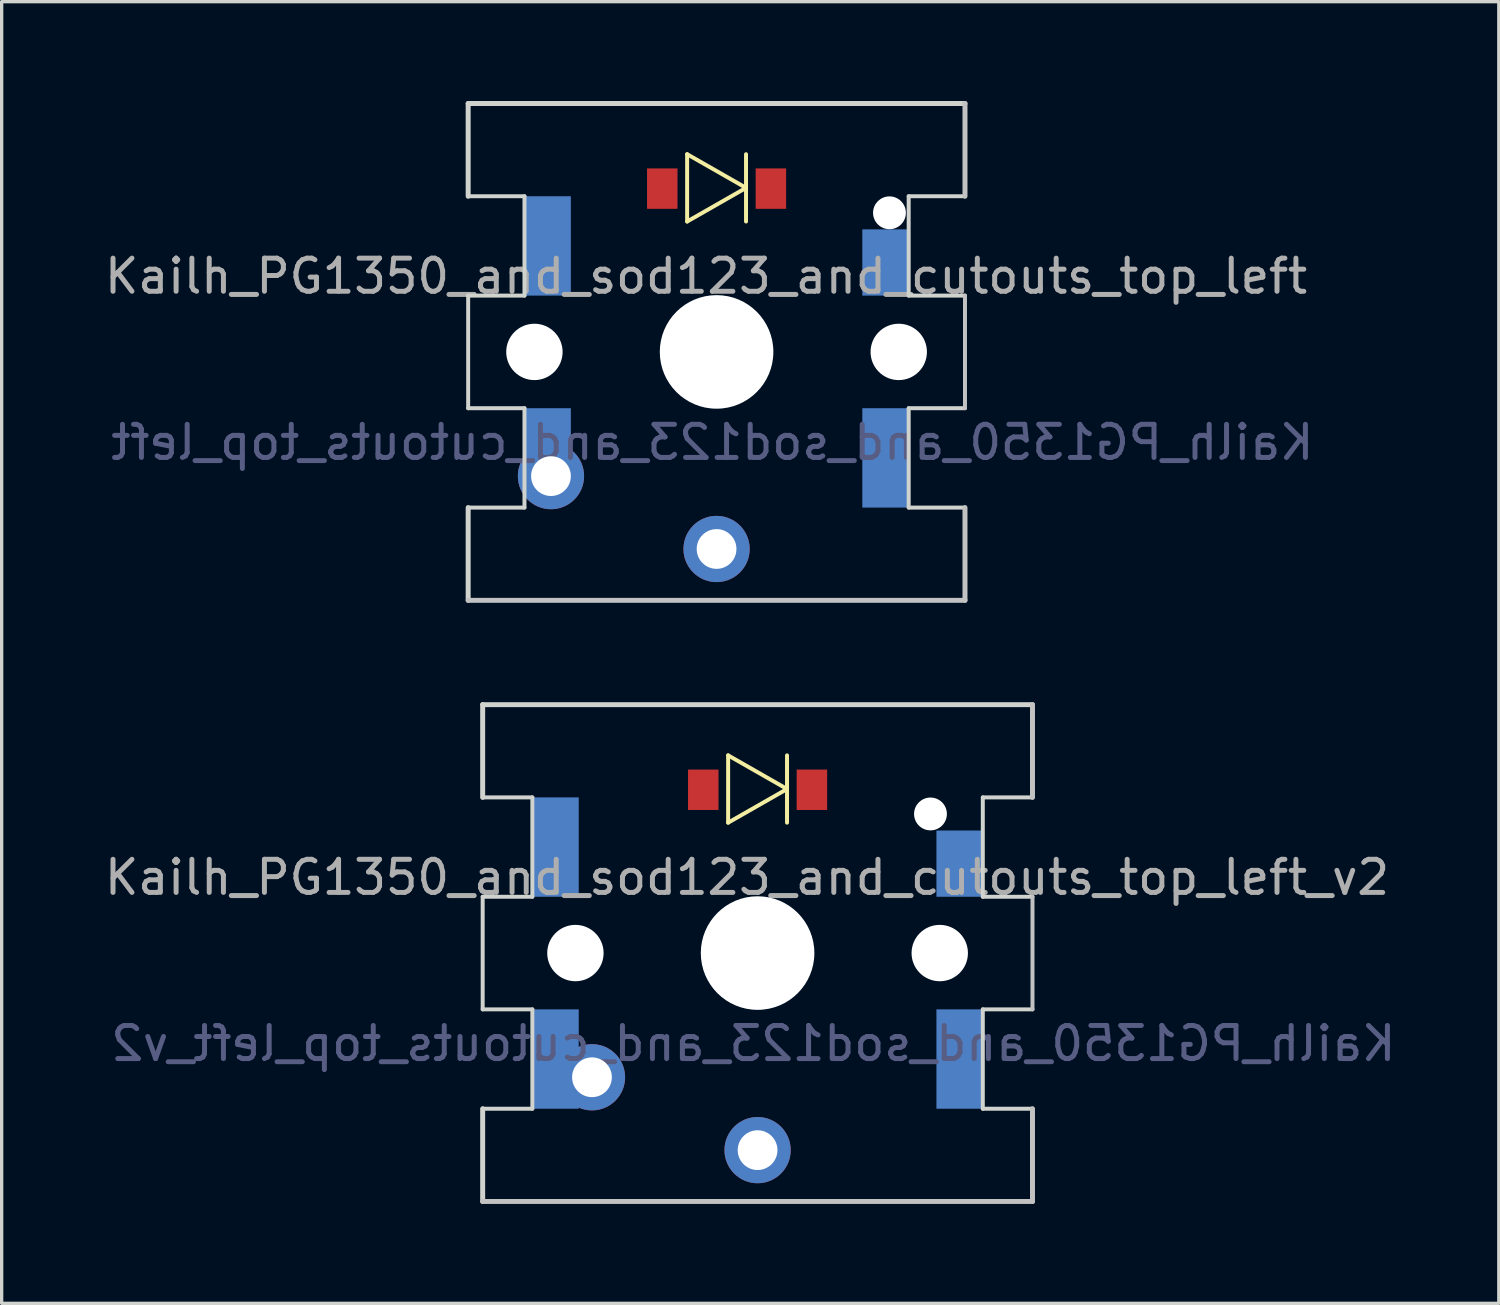
<source format=kicad_pcb>
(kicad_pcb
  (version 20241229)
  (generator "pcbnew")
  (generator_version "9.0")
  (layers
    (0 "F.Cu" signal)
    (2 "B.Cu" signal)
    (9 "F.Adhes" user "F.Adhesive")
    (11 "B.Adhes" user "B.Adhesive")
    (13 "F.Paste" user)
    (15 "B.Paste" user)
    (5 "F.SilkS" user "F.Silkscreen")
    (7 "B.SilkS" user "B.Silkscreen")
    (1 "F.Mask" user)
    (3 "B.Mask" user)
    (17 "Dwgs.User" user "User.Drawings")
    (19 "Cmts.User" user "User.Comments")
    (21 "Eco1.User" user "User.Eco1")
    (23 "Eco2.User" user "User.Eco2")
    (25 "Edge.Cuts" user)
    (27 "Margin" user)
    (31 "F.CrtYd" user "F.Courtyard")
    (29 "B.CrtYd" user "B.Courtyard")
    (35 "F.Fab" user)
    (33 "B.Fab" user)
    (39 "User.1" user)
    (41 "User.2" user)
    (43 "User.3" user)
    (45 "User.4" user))
  (footprint "Kailh_PG1350_and_sod123_and_cutouts_top_left"
    (layer "F.Cu")
    (at 18.585 7.575)
    (property "Reference" "Kailh_PG1350_and_sod123_and_cutouts_top_left" (at -0.318 -2.286 0) (layer "F.Fab") (effects (font (size 1 1) (thickness 0.15))))
    (attr smd)
    (fp_line (start -0.889 -5.969) (end -0.889 -3.937) (stroke (width 0.12) (type solid)) (layer "F.SilkS"))
    (fp_line (start -0.889 -5.969) (end 0.889 -4.953) (stroke (width 0.12) (type solid)) (layer "F.SilkS"))
    (fp_line (start 0.889 -4.953) (end -0.889 -3.937) (stroke (width 0.12) (type solid)) (layer "F.SilkS"))
    (fp_line (start 0.889 -3.937) (end 0.889 -5.969) (stroke (width 0.12) (type solid)) (layer "F.SilkS"))
    (fp_line (start 7.5 -7.5) (end 7.5 -4.7) (stroke (width 0.15) (type solid)) (layer "Dwgs.User"))
    (fp_line (start 7.5 1.7) (end 7.5 -1.7) (stroke (width 0.12) (type solid)) (layer "Dwgs.User"))
    (fp_line (start 7.5 7.5) (end -7.5 7.5) (stroke (width 0.15) (type solid)) (layer "Dwgs.User"))
    (fp_line (start 7.5 7.5) (end 7.5 4.7) (stroke (width 0.15) (type solid)) (layer "Dwgs.User"))
    (fp_line (start -7.5 -7.5) (end 7.5 -7.5) (stroke (width 0.15) (type solid)) (layer "Edge.Cuts"))
    (fp_line (start -7.5 -4.7) (end -7.5 -7.5) (stroke (width 0.15) (type solid)) (layer "Edge.Cuts"))
    (fp_line (start -7.5 -4.7) (end -5.8 -4.7) (stroke (width 0.12) (type solid)) (layer "Edge.Cuts"))
    (fp_line (start -7.5 -1.7) (end -5.8 -1.7) (stroke (width 0.12) (type solid)) (layer "Edge.Cuts"))
    (fp_line (start -7.5 1.7) (end -7.5 -1.7) (stroke (width 0.12) (type solid)) (layer "Edge.Cuts"))
    (fp_line (start -7.5 1.7) (end -5.8 1.7) (stroke (width 0.12) (type solid)) (layer "Edge.Cuts"))
    (fp_line (start -7.5 4.7) (end -5.8 4.7) (stroke (width 0.12) (type solid)) (layer "Edge.Cuts"))
    (fp_line (start -7.5 7.5) (end -7.5 4.7) (stroke (width 0.15) (type solid)) (layer "Edge.Cuts"))
    (fp_line (start -5.8 -4.7) (end -5.8 -1.7) (stroke (width 0.12) (type solid)) (layer "Edge.Cuts"))
    (fp_line (start -5.8 4.7) (end -5.8 1.7) (stroke (width 0.12) (type solid)) (layer "Edge.Cuts"))
    (fp_line (start 5.8 -4.7) (end 7.5 -4.7) (stroke (width 0.12) (type solid)) (layer "Edge.Cuts"))
    (fp_line (start 5.8 -1.7) (end 5.8 -4.7) (stroke (width 0.12) (type solid)) (layer "Edge.Cuts"))
    (fp_line (start 5.8 -1.7) (end 7.5 -1.7) (stroke (width 0.12) (type solid)) (layer "Edge.Cuts"))
    (fp_line (start 5.8 1.7) (end 7.5 1.7) (stroke (width 0.12) (type solid)) (layer "Edge.Cuts"))
    (fp_line (start 5.8 4.7) (end 5.8 1.7) (stroke (width 0.12) (type solid)) (layer "Edge.Cuts"))
    (fp_line (start 5.8 4.7) (end 7.5 4.7) (stroke (width 0.12) (type solid)) (layer "Edge.Cuts"))
    (fp_text user "${REFERENCE}" (at -0.127 2.731 0) (layer "B.Fab") (effects (font (size 1 1) (thickness 0.15)) (justify mirror)))
    (pad "" np_thru_hole circle (at -5.5 0) (size 1.702 1.702) (drill 1.702) (layers "*.Cu" "*.Mask"))
    (pad "" np_thru_hole circle (at 0 0) (size 3.429 3.429) (drill 3.429) (layers "*.Cu" "*.Mask"))
    (pad "" np_thru_hole circle (at 5.22 -4.2) (size 0.991 0.991) (drill 0.991) (layers "*.Cu" "*.Mask"))
    (pad "" np_thru_hole circle (at 5.5 0) (size 1.702 1.702) (drill 1.702) (layers "*.Cu" "*.Mask"))
    (pad "1" smd rect (at -5.1 -3.2) (size 1.4 3) (layers "B.Cu" "B.Mask" "B.Paste"))
    (pad "1" smd rect (at -5.1 2.4) (size 1.4 1.4) (layers "B.Cu" "B.Mask" "B.Paste"))
    (pad "1" thru_hole circle (at -5 3.75) (size 2 2) (drill 1.2) (layers "*.Cu" "*.Mask"))
    (pad "2" thru_hole circle (at 0 5.95) (size 2 2) (drill 1.2) (layers "*.Cu" "*.Mask"))
    (pad "A" smd rect (at -1.64 -4.93) (size 0.92 1.22) (layers "F.Cu" "F.Mask" "F.Paste"))
    (pad "K" smd rect (at 1.64 -4.93) (size 0.92 1.22) (layers "F.Cu" "F.Mask" "F.Paste"))
    (pad "K" smd rect (at 5.1 -2.7) (size 1.4 2) (layers "B.Cu" "B.Mask" "B.Paste"))
    (pad "K" smd rect (at 5.1 3.2) (size 1.4 3) (layers "B.Cu" "B.Mask" "B.Paste")))
  (footprint "Kailh_PG1350_and_sod123_and_cutouts_top_left_v2"
    (layer "F.Cu")
    (at 19.823 25.725)
    (property "Reference" "Kailh_PG1350_and_sod123_and_cutouts_top_left_v2" (at -0.318 -2.286 0) (layer "F.Fab") (effects (font (size 1 1) (thickness 0.15))))
    (attr smd)
    (fp_line (start -0.889 -5.969) (end -0.889 -3.937) (stroke (width 0.12) (type solid)) (layer "F.SilkS"))
    (fp_line (start -0.889 -5.969) (end 0.889 -4.953) (stroke (width 0.12) (type solid)) (layer "F.SilkS"))
    (fp_line (start 0.889 -4.953) (end -0.889 -3.937) (stroke (width 0.12) (type solid)) (layer "F.SilkS"))
    (fp_line (start 0.889 -3.937) (end 0.889 -5.969) (stroke (width 0.12) (type solid)) (layer "F.SilkS"))
    (fp_line (start 8.3 -7.5) (end 8.3 -4.7) (stroke (width 0.15) (type solid)) (layer "Dwgs.User"))
    (fp_line (start 8.3 1.7) (end 8.3 -1.7) (stroke (width 0.12) (type solid)) (layer "Dwgs.User"))
    (fp_line (start 8.3 7.5) (end -8.3 7.5) (stroke (width 0.15) (type solid)) (layer "Dwgs.User"))
    (fp_line (start 8.3 7.5) (end 8.3 4.7) (stroke (width 0.15) (type solid)) (layer "Dwgs.User"))
    (fp_line (start -8.3 -7.5) (end 8.3 -7.5) (stroke (width 0.15) (type solid)) (layer "Edge.Cuts"))
    (fp_line (start -8.3 -4.7) (end -8.3 -7.5) (stroke (width 0.15) (type solid)) (layer "Edge.Cuts"))
    (fp_line (start -8.3 -4.7) (end -6.8 -4.7) (stroke (width 0.12) (type solid)) (layer "Edge.Cuts"))
    (fp_line (start -8.3 -1.7) (end -6.8 -1.7) (stroke (width 0.12) (type solid)) (layer "Edge.Cuts"))
    (fp_line (start -8.3 1.7) (end -8.3 -1.7) (stroke (width 0.12) (type solid)) (layer "Edge.Cuts"))
    (fp_line (start -8.3 1.7) (end -6.8 1.7) (stroke (width 0.12) (type solid)) (layer "Edge.Cuts"))
    (fp_line (start -8.3 4.7) (end -6.8 4.7) (stroke (width 0.12) (type solid)) (layer "Edge.Cuts"))
    (fp_line (start -8.3 7.5) (end -8.3 4.7) (stroke (width 0.15) (type solid)) (layer "Edge.Cuts"))
    (fp_line (start -6.8 -4.7) (end -6.8 -1.7) (stroke (width 0.12) (type solid)) (layer "Edge.Cuts"))
    (fp_line (start -6.8 4.7) (end -6.8 1.7) (stroke (width 0.12) (type solid)) (layer "Edge.Cuts"))
    (fp_line (start 6.8 -4.7) (end 8.3 -4.7) (stroke (width 0.12) (type solid)) (layer "Edge.Cuts"))
    (fp_line (start 6.8 -1.7) (end 6.8 -4.7) (stroke (width 0.12) (type solid)) (layer "Edge.Cuts"))
    (fp_line (start 6.8 -1.7) (end 8.3 -1.7) (stroke (width 0.12) (type solid)) (layer "Edge.Cuts"))
    (fp_line (start 6.8 1.7) (end 8.3 1.7) (stroke (width 0.12) (type solid)) (layer "Edge.Cuts"))
    (fp_line (start 6.8 4.7) (end 6.8 1.7) (stroke (width 0.12) (type solid)) (layer "Edge.Cuts"))
    (fp_line (start 6.8 4.7) (end 8.3 4.7) (stroke (width 0.12) (type solid)) (layer "Edge.Cuts"))
    (fp_text user "${REFERENCE}" (at -0.127 2.731 0) (layer "B.Fab") (effects (font (size 1 1) (thickness 0.15)) (justify mirror)))
    (pad "" np_thru_hole circle (at -5.5 0) (size 1.702 1.702) (drill 1.702) (layers "*.Cu" "*.Mask"))
    (pad "" np_thru_hole circle (at 0 0) (size 3.429 3.429) (drill 3.429) (layers "*.Cu" "*.Mask"))
    (pad "" np_thru_hole circle (at 5.22 -4.2) (size 0.991 0.991) (drill 0.991) (layers "*.Cu" "*.Mask"))
    (pad "" np_thru_hole circle (at 5.5 0) (size 1.702 1.702) (drill 1.702) (layers "*.Cu" "*.Mask"))
    (pad "1" smd rect (at -6.1 -3.2) (size 1.4 3) (layers "B.Cu" "B.Mask" "B.Paste"))
    (pad "1" smd rect (at -6.1 3.2) (size 1.4 3) (layers "B.Cu" "B.Mask" "B.Paste"))
    (pad "1" thru_hole circle (at -5 3.75) (size 2 2) (drill 1.2) (layers "*.Cu" "*.Mask"))
    (pad "2" thru_hole circle (at 0 5.95) (size 2 2) (drill 1.2) (layers "*.Cu" "*.Mask"))
    (pad "A" smd rect (at -1.64 -4.93) (size 0.92 1.22) (layers "F.Cu" "F.Mask" "F.Paste"))
    (pad "K" smd rect (at 1.64 -4.93) (size 0.92 1.22) (layers "F.Cu" "F.Mask" "F.Paste"))
    (pad "K" smd rect (at 6.1 -2.7) (size 1.4 2) (layers "B.Cu" "B.Mask" "B.Paste"))
    (pad "K" smd rect (at 6.1 3.2) (size 1.4 3) (layers "B.Cu" "B.Mask" "B.Paste")))
  (gr_rect
    (start -3 -3)
    (end 42.202 36.3)
    (stroke (width 0.1) (type default))
    (fill no)
    (layer "Edge.Cuts")))
</source>
